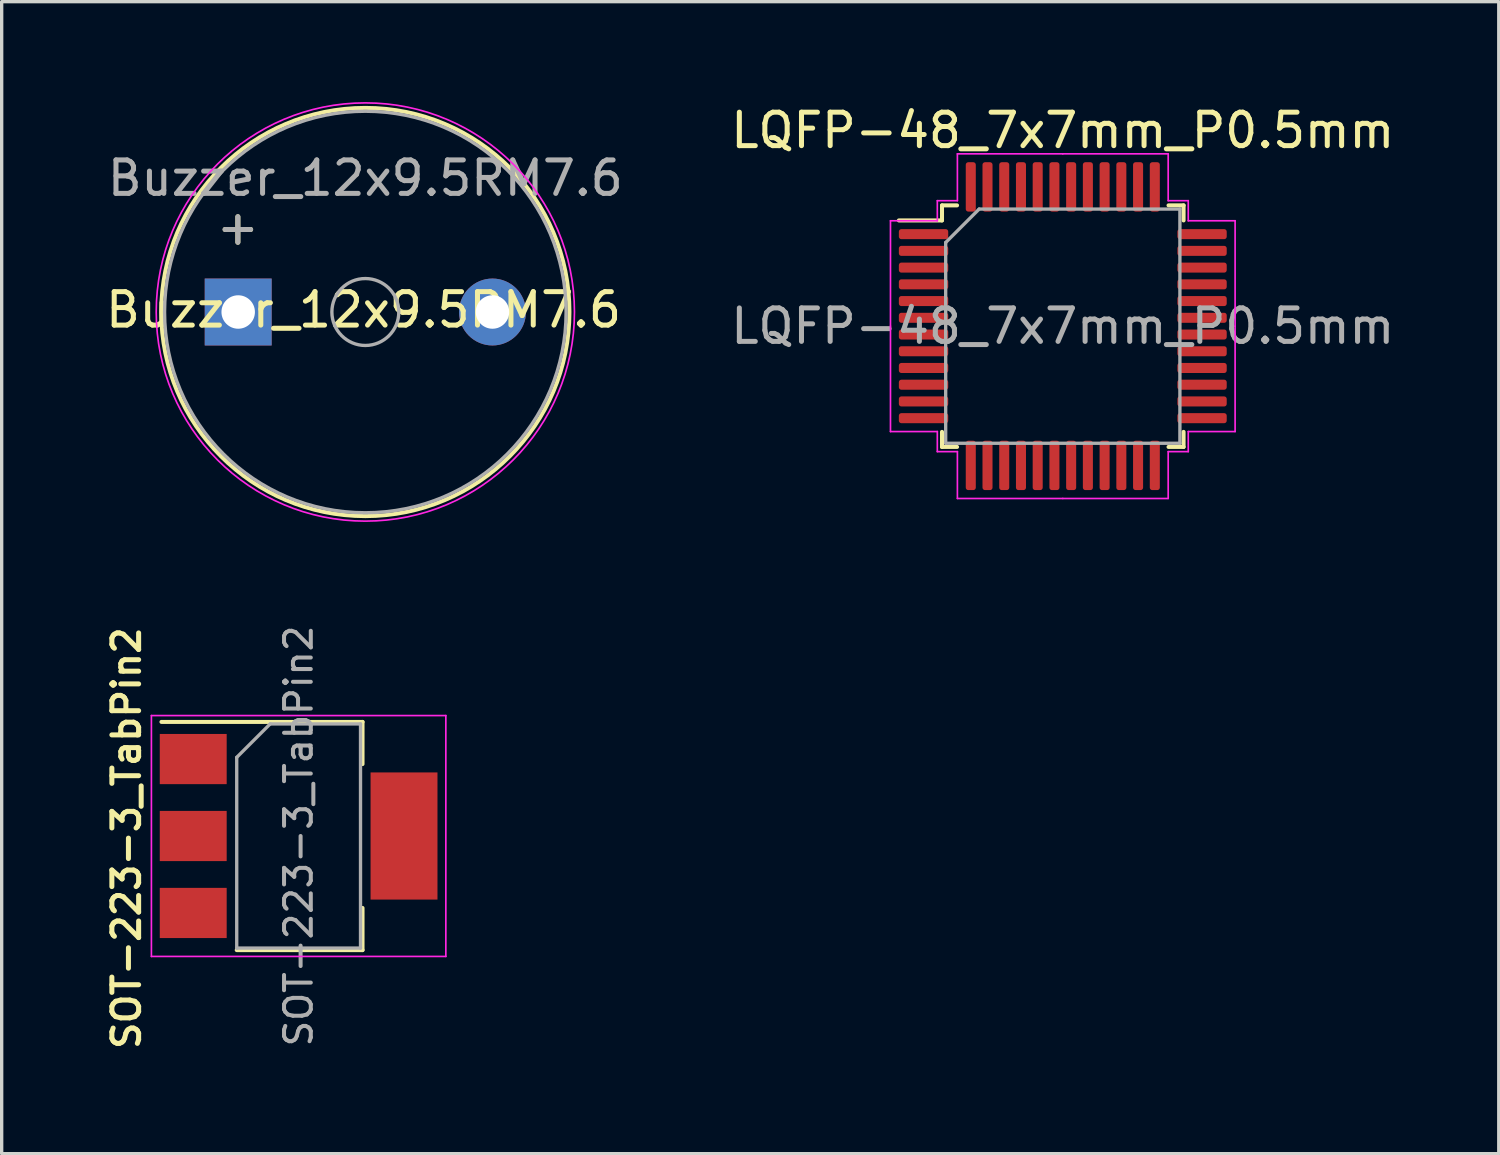
<source format=kicad_pcb>
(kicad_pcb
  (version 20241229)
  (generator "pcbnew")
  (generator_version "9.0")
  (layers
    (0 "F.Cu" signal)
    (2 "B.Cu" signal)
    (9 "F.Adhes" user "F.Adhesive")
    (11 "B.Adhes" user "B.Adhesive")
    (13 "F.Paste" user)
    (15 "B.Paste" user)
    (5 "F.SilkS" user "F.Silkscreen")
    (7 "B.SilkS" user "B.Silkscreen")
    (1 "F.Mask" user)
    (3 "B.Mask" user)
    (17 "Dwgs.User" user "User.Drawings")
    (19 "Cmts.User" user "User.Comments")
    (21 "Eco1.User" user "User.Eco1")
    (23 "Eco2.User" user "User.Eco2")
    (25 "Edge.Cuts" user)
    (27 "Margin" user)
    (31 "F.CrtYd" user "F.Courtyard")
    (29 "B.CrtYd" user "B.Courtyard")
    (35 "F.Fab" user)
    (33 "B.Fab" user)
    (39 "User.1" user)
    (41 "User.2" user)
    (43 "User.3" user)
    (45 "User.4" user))
  (footprint "SOT-223-3_TabPin2"
    (layer "F.Cu")
    (at 5.875 21.936)
    (property "Reference" "SOT-223-3_TabPin2" (at -5.144 0.064 90) (layer "F.SilkS") (effects (font (size 0.8 0.8) (thickness 0.15))))
    (attr smd)
    (fp_line (start -4.1 -3.41) (end 1.91 -3.41) (stroke (width 0.12) (type solid)) (layer "F.SilkS"))
    (fp_line (start -1.85 3.41) (end 1.91 3.41) (stroke (width 0.12) (type solid)) (layer "F.SilkS"))
    (fp_line (start 1.91 -3.41) (end 1.91 -2.15) (stroke (width 0.12) (type solid)) (layer "F.SilkS"))
    (fp_line (start 1.91 3.41) (end 1.91 2.15) (stroke (width 0.12) (type solid)) (layer "F.SilkS"))
    (fp_line (start -4.4 -3.6) (end -4.4 3.6) (stroke (width 0.05) (type solid)) (layer "F.CrtYd"))
    (fp_line (start -4.4 3.6) (end 4.4 3.6) (stroke (width 0.05) (type solid)) (layer "F.CrtYd"))
    (fp_line (start 4.4 -3.6) (end -4.4 -3.6) (stroke (width 0.05) (type solid)) (layer "F.CrtYd"))
    (fp_line (start 4.4 3.6) (end 4.4 -3.6) (stroke (width 0.05) (type solid)) (layer "F.CrtYd"))
    (fp_line (start -1.85 -2.35) (end -1.85 3.35) (stroke (width 0.1) (type solid)) (layer "F.Fab"))
    (fp_line (start -1.85 -2.35) (end -0.85 -3.35) (stroke (width 0.1) (type solid)) (layer "F.Fab"))
    (fp_line (start -1.85 3.35) (end 1.85 3.35) (stroke (width 0.1) (type solid)) (layer "F.Fab"))
    (fp_line (start -0.85 -3.35) (end 1.85 -3.35) (stroke (width 0.1) (type solid)) (layer "F.Fab"))
    (fp_line (start 1.85 -3.35) (end 1.85 3.35) (stroke (width 0.1) (type solid)) (layer "F.Fab"))
    (fp_text user "${REFERENCE}" (at 0 0 270) (layer "F.Fab") (effects (font (size 0.8 0.8) (thickness 0.12))))
    (pad "1" smd rect (at -3.15 -2.3) (size 2 1.5) (layers "F.Cu" "F.Mask" "F.Paste"))
    (pad "2" smd rect (at -3.15 0) (size 2 1.5) (layers "F.Cu" "F.Mask" "F.Paste"))
    (pad "2" smd rect (at 3.15 0) (size 2 3.8) (layers "F.Cu" "F.Mask" "F.Paste"))
    (pad "3" smd rect (at -3.15 2.3) (size 2 1.5) (layers "F.Cu" "F.Mask" "F.Paste")))
  (footprint "LQFP-48_7x7mm_P0.5mm"
    (layer "F.Cu")
    (at 28.714 6.698)
    (property "Reference" "LQFP-48_7x7mm_P0.5mm" (at 0 -5.85 180) (layer "F.SilkS") (effects (font (size 1 1) (thickness 0.15))))
    (attr smd)
    (fp_line (start -3.61 -3.61) (end -3.61 -3.16) (stroke (width 0.12) (type solid)) (layer "F.SilkS"))
    (fp_line (start -3.61 -3.16) (end -4.9 -3.16) (stroke (width 0.12) (type solid)) (layer "F.SilkS"))
    (fp_line (start -3.61 3.61) (end -3.61 3.16) (stroke (width 0.12) (type solid)) (layer "F.SilkS"))
    (fp_line (start -3.16 -3.61) (end -3.61 -3.61) (stroke (width 0.12) (type solid)) (layer "F.SilkS"))
    (fp_line (start -3.16 3.61) (end -3.61 3.61) (stroke (width 0.12) (type solid)) (layer "F.SilkS"))
    (fp_line (start 3.16 -3.61) (end 3.61 -3.61) (stroke (width 0.12) (type solid)) (layer "F.SilkS"))
    (fp_line (start 3.16 3.61) (end 3.61 3.61) (stroke (width 0.12) (type solid)) (layer "F.SilkS"))
    (fp_line (start 3.61 -3.61) (end 3.61 -3.16) (stroke (width 0.12) (type solid)) (layer "F.SilkS"))
    (fp_line (start 3.61 3.61) (end 3.61 3.16) (stroke (width 0.12) (type solid)) (layer "F.SilkS"))
    (fp_line (start -5.15 -3.15) (end -5.15 0) (stroke (width 0.05) (type solid)) (layer "F.CrtYd"))
    (fp_line (start -5.15 3.15) (end -5.15 0) (stroke (width 0.05) (type solid)) (layer "F.CrtYd"))
    (fp_line (start -3.75 -3.75) (end -3.75 -3.15) (stroke (width 0.05) (type solid)) (layer "F.CrtYd"))
    (fp_line (start -3.75 -3.15) (end -5.15 -3.15) (stroke (width 0.05) (type solid)) (layer "F.CrtYd"))
    (fp_line (start -3.75 3.15) (end -5.15 3.15) (stroke (width 0.05) (type solid)) (layer "F.CrtYd"))
    (fp_line (start -3.75 3.75) (end -3.75 3.15) (stroke (width 0.05) (type solid)) (layer "F.CrtYd"))
    (fp_line (start -3.15 -5.15) (end -3.15 -3.75) (stroke (width 0.05) (type solid)) (layer "F.CrtYd"))
    (fp_line (start -3.15 -3.75) (end -3.75 -3.75) (stroke (width 0.05) (type solid)) (layer "F.CrtYd"))
    (fp_line (start -3.15 3.75) (end -3.75 3.75) (stroke (width 0.05) (type solid)) (layer "F.CrtYd"))
    (fp_line (start -3.15 5.15) (end -3.15 3.75) (stroke (width 0.05) (type solid)) (layer "F.CrtYd"))
    (fp_line (start 0 -5.15) (end -3.15 -5.15) (stroke (width 0.05) (type solid)) (layer "F.CrtYd"))
    (fp_line (start 0 -5.15) (end 3.15 -5.15) (stroke (width 0.05) (type solid)) (layer "F.CrtYd"))
    (fp_line (start 0 5.15) (end -3.15 5.15) (stroke (width 0.05) (type solid)) (layer "F.CrtYd"))
    (fp_line (start 0 5.15) (end 3.15 5.15) (stroke (width 0.05) (type solid)) (layer "F.CrtYd"))
    (fp_line (start 3.15 -5.15) (end 3.15 -3.75) (stroke (width 0.05) (type solid)) (layer "F.CrtYd"))
    (fp_line (start 3.15 -3.75) (end 3.75 -3.75) (stroke (width 0.05) (type solid)) (layer "F.CrtYd"))
    (fp_line (start 3.15 3.75) (end 3.75 3.75) (stroke (width 0.05) (type solid)) (layer "F.CrtYd"))
    (fp_line (start 3.15 5.15) (end 3.15 3.75) (stroke (width 0.05) (type solid)) (layer "F.CrtYd"))
    (fp_line (start 3.75 -3.75) (end 3.75 -3.15) (stroke (width 0.05) (type solid)) (layer "F.CrtYd"))
    (fp_line (start 3.75 -3.15) (end 5.15 -3.15) (stroke (width 0.05) (type solid)) (layer "F.CrtYd"))
    (fp_line (start 3.75 3.15) (end 5.15 3.15) (stroke (width 0.05) (type solid)) (layer "F.CrtYd"))
    (fp_line (start 3.75 3.75) (end 3.75 3.15) (stroke (width 0.05) (type solid)) (layer "F.CrtYd"))
    (fp_line (start 5.15 -3.15) (end 5.15 0) (stroke (width 0.05) (type solid)) (layer "F.CrtYd"))
    (fp_line (start 5.15 3.15) (end 5.15 0) (stroke (width 0.05) (type solid)) (layer "F.CrtYd"))
    (fp_line (start -3.5 -2.5) (end -2.5 -3.5) (stroke (width 0.1) (type solid)) (layer "F.Fab"))
    (fp_line (start -3.5 3.5) (end -3.5 -2.5) (stroke (width 0.1) (type solid)) (layer "F.Fab"))
    (fp_line (start -2.5 -3.5) (end 3.5 -3.5) (stroke (width 0.1) (type solid)) (layer "F.Fab"))
    (fp_line (start 3.5 -3.5) (end 3.5 3.5) (stroke (width 0.1) (type solid)) (layer "F.Fab"))
    (fp_line (start 3.5 3.5) (end -3.5 3.5) (stroke (width 0.1) (type solid)) (layer "F.Fab"))
    (fp_text user "${REFERENCE}" (at 0 0 180) (layer "F.Fab") (effects (font (size 1 1) (thickness 0.15))))
    (pad "1" smd roundrect (at -4.162 -2.75) (size 1.475 0.3) (layers "F.Cu" "F.Mask" "F.Paste") (roundrect_rratio 0.25))
    (pad "2" smd roundrect (at -4.162 -2.25) (size 1.475 0.3) (layers "F.Cu" "F.Mask" "F.Paste") (roundrect_rratio 0.25))
    (pad "3" smd roundrect (at -4.162 -1.75) (size 1.475 0.3) (layers "F.Cu" "F.Mask" "F.Paste") (roundrect_rratio 0.25))
    (pad "4" smd roundrect (at -4.162 -1.25) (size 1.475 0.3) (layers "F.Cu" "F.Mask" "F.Paste") (roundrect_rratio 0.25))
    (pad "5" smd roundrect (at -4.162 -0.75) (size 1.475 0.3) (layers "F.Cu" "F.Mask" "F.Paste") (roundrect_rratio 0.25))
    (pad "6" smd roundrect (at -4.162 -0.25) (size 1.475 0.3) (layers "F.Cu" "F.Mask" "F.Paste") (roundrect_rratio 0.25))
    (pad "7" smd roundrect (at -4.162 0.25) (size 1.475 0.3) (layers "F.Cu" "F.Mask" "F.Paste") (roundrect_rratio 0.25))
    (pad "8" smd roundrect (at -4.162 0.75) (size 1.475 0.3) (layers "F.Cu" "F.Mask" "F.Paste") (roundrect_rratio 0.25))
    (pad "9" smd roundrect (at -4.162 1.25) (size 1.475 0.3) (layers "F.Cu" "F.Mask" "F.Paste") (roundrect_rratio 0.25))
    (pad "10" smd roundrect (at -4.162 1.75) (size 1.475 0.3) (layers "F.Cu" "F.Mask" "F.Paste") (roundrect_rratio 0.25))
    (pad "11" smd roundrect (at -4.162 2.25) (size 1.475 0.3) (layers "F.Cu" "F.Mask" "F.Paste") (roundrect_rratio 0.25))
    (pad "12" smd roundrect (at -4.162 2.75) (size 1.475 0.3) (layers "F.Cu" "F.Mask" "F.Paste") (roundrect_rratio 0.25))
    (pad "13" smd roundrect (at -2.75 4.162) (size 0.3 1.475) (layers "F.Cu" "F.Mask" "F.Paste") (roundrect_rratio 0.25))
    (pad "14" smd roundrect (at -2.25 4.162) (size 0.3 1.475) (layers "F.Cu" "F.Mask" "F.Paste") (roundrect_rratio 0.25))
    (pad "15" smd roundrect (at -1.75 4.162) (size 0.3 1.475) (layers "F.Cu" "F.Mask" "F.Paste") (roundrect_rratio 0.25))
    (pad "16" smd roundrect (at -1.25 4.162) (size 0.3 1.475) (layers "F.Cu" "F.Mask" "F.Paste") (roundrect_rratio 0.25))
    (pad "17" smd roundrect (at -0.75 4.162) (size 0.3 1.475) (layers "F.Cu" "F.Mask" "F.Paste") (roundrect_rratio 0.25))
    (pad "18" smd roundrect (at -0.25 4.162) (size 0.3 1.475) (layers "F.Cu" "F.Mask" "F.Paste") (roundrect_rratio 0.25))
    (pad "19" smd roundrect (at 0.25 4.162) (size 0.3 1.475) (layers "F.Cu" "F.Mask" "F.Paste") (roundrect_rratio 0.25))
    (pad "20" smd roundrect (at 0.75 4.162) (size 0.3 1.475) (layers "F.Cu" "F.Mask" "F.Paste") (roundrect_rratio 0.25))
    (pad "21" smd roundrect (at 1.25 4.162) (size 0.3 1.475) (layers "F.Cu" "F.Mask" "F.Paste") (roundrect_rratio 0.25))
    (pad "22" smd roundrect (at 1.75 4.162) (size 0.3 1.475) (layers "F.Cu" "F.Mask" "F.Paste") (roundrect_rratio 0.25))
    (pad "23" smd roundrect (at 2.25 4.162) (size 0.3 1.475) (layers "F.Cu" "F.Mask" "F.Paste") (roundrect_rratio 0.25))
    (pad "24" smd roundrect (at 2.75 4.162) (size 0.3 1.475) (layers "F.Cu" "F.Mask" "F.Paste") (roundrect_rratio 0.25))
    (pad "25" smd roundrect (at 4.162 2.75) (size 1.475 0.3) (layers "F.Cu" "F.Mask" "F.Paste") (roundrect_rratio 0.25))
    (pad "26" smd roundrect (at 4.162 2.25) (size 1.475 0.3) (layers "F.Cu" "F.Mask" "F.Paste") (roundrect_rratio 0.25))
    (pad "27" smd roundrect (at 4.162 1.75) (size 1.475 0.3) (layers "F.Cu" "F.Mask" "F.Paste") (roundrect_rratio 0.25))
    (pad "28" smd roundrect (at 4.162 1.25) (size 1.475 0.3) (layers "F.Cu" "F.Mask" "F.Paste") (roundrect_rratio 0.25))
    (pad "29" smd roundrect (at 4.162 0.75) (size 1.475 0.3) (layers "F.Cu" "F.Mask" "F.Paste") (roundrect_rratio 0.25))
    (pad "30" smd roundrect (at 4.162 0.25) (size 1.475 0.3) (layers "F.Cu" "F.Mask" "F.Paste") (roundrect_rratio 0.25))
    (pad "31" smd roundrect (at 4.162 -0.25) (size 1.475 0.3) (layers "F.Cu" "F.Mask" "F.Paste") (roundrect_rratio 0.25))
    (pad "32" smd roundrect (at 4.162 -0.75) (size 1.475 0.3) (layers "F.Cu" "F.Mask" "F.Paste") (roundrect_rratio 0.25))
    (pad "33" smd roundrect (at 4.162 -1.25) (size 1.475 0.3) (layers "F.Cu" "F.Mask" "F.Paste") (roundrect_rratio 0.25))
    (pad "34" smd roundrect (at 4.162 -1.75) (size 1.475 0.3) (layers "F.Cu" "F.Mask" "F.Paste") (roundrect_rratio 0.25))
    (pad "35" smd roundrect (at 4.162 -2.25) (size 1.475 0.3) (layers "F.Cu" "F.Mask" "F.Paste") (roundrect_rratio 0.25))
    (pad "36" smd roundrect (at 4.162 -2.75) (size 1.475 0.3) (layers "F.Cu" "F.Mask" "F.Paste") (roundrect_rratio 0.25))
    (pad "37" smd roundrect (at 2.75 -4.162) (size 0.3 1.475) (layers "F.Cu" "F.Mask" "F.Paste") (roundrect_rratio 0.25))
    (pad "38" smd roundrect (at 2.25 -4.162) (size 0.3 1.475) (layers "F.Cu" "F.Mask" "F.Paste") (roundrect_rratio 0.25))
    (pad "39" smd roundrect (at 1.75 -4.162) (size 0.3 1.475) (layers "F.Cu" "F.Mask" "F.Paste") (roundrect_rratio 0.25))
    (pad "40" smd roundrect (at 1.25 -4.162) (size 0.3 1.475) (layers "F.Cu" "F.Mask" "F.Paste") (roundrect_rratio 0.25))
    (pad "41" smd roundrect (at 0.75 -4.162) (size 0.3 1.475) (layers "F.Cu" "F.Mask" "F.Paste") (roundrect_rratio 0.25))
    (pad "42" smd roundrect (at 0.25 -4.162) (size 0.3 1.475) (layers "F.Cu" "F.Mask" "F.Paste") (roundrect_rratio 0.25))
    (pad "43" smd roundrect (at -0.25 -4.162) (size 0.3 1.475) (layers "F.Cu" "F.Mask" "F.Paste") (roundrect_rratio 0.25))
    (pad "44" smd roundrect (at -0.75 -4.162) (size 0.3 1.475) (layers "F.Cu" "F.Mask" "F.Paste") (roundrect_rratio 0.25))
    (pad "45" smd roundrect (at -1.25 -4.162) (size 0.3 1.475) (layers "F.Cu" "F.Mask" "F.Paste") (roundrect_rratio 0.25))
    (pad "46" smd roundrect (at -1.75 -4.162) (size 0.3 1.475) (layers "F.Cu" "F.Mask" "F.Paste") (roundrect_rratio 0.25))
    (pad "47" smd roundrect (at -2.25 -4.162) (size 0.3 1.475) (layers "F.Cu" "F.Mask" "F.Paste") (roundrect_rratio 0.25))
    (pad "48" smd roundrect (at -2.75 -4.162) (size 0.3 1.475) (layers "F.Cu" "F.Mask" "F.Paste") (roundrect_rratio 0.25)))
  (footprint "Buzzer_12x9.5RM7.6"
    (layer "F.Cu")
    (at 4.069 6.275)
    (property "Reference" "Buzzer_12x9.5RM7.6" (at 3.747 -0.064 180) (layer "F.SilkS") (effects (font (size 1 1) (thickness 0.15))))
    (attr through_hole)
    (fp_circle (center 3.8 0) (end 9.9 0) (stroke (width 0.12) (type solid)) (fill no) (layer "F.SilkS"))
    (fp_circle (center 3.8 0) (end 10.05 0) (stroke (width 0.05) (type solid)) (fill no) (layer "F.CrtYd"))
    (fp_circle (center 3.8 0) (end 4.8 0) (stroke (width 0.1) (type solid)) (fill no) (layer "F.Fab"))
    (fp_circle (center 3.8 0) (end 9.8 0) (stroke (width 0.1) (type solid)) (fill no) (layer "F.Fab"))
    (fp_text user "+" (at -0.01 -2.54 180) (layer "F.SilkS") (effects (font (size 1 1) (thickness 0.15))))
    (fp_text user "+" (at -0.01 -2.54 180) (layer "F.Fab") (effects (font (size 1 1) (thickness 0.15))))
    (fp_text user "${REFERENCE}" (at 3.8 -4 180) (layer "F.Fab") (effects (font (size 1 1) (thickness 0.15))))
    (pad "1" thru_hole rect (at 0 0) (size 2 2) (drill 1) (layers "*.Cu" "*.Mask"))
    (pad "2" thru_hole circle (at 7.6 0) (size 2 2) (drill 1) (layers "*.Cu" "*.Mask")))
  (gr_rect
    (start -3 -3)
    (end 41.744 31.43)
    (stroke (width 0.1) (type default))
    (fill no)
    (layer "Edge.Cuts")))
</source>
